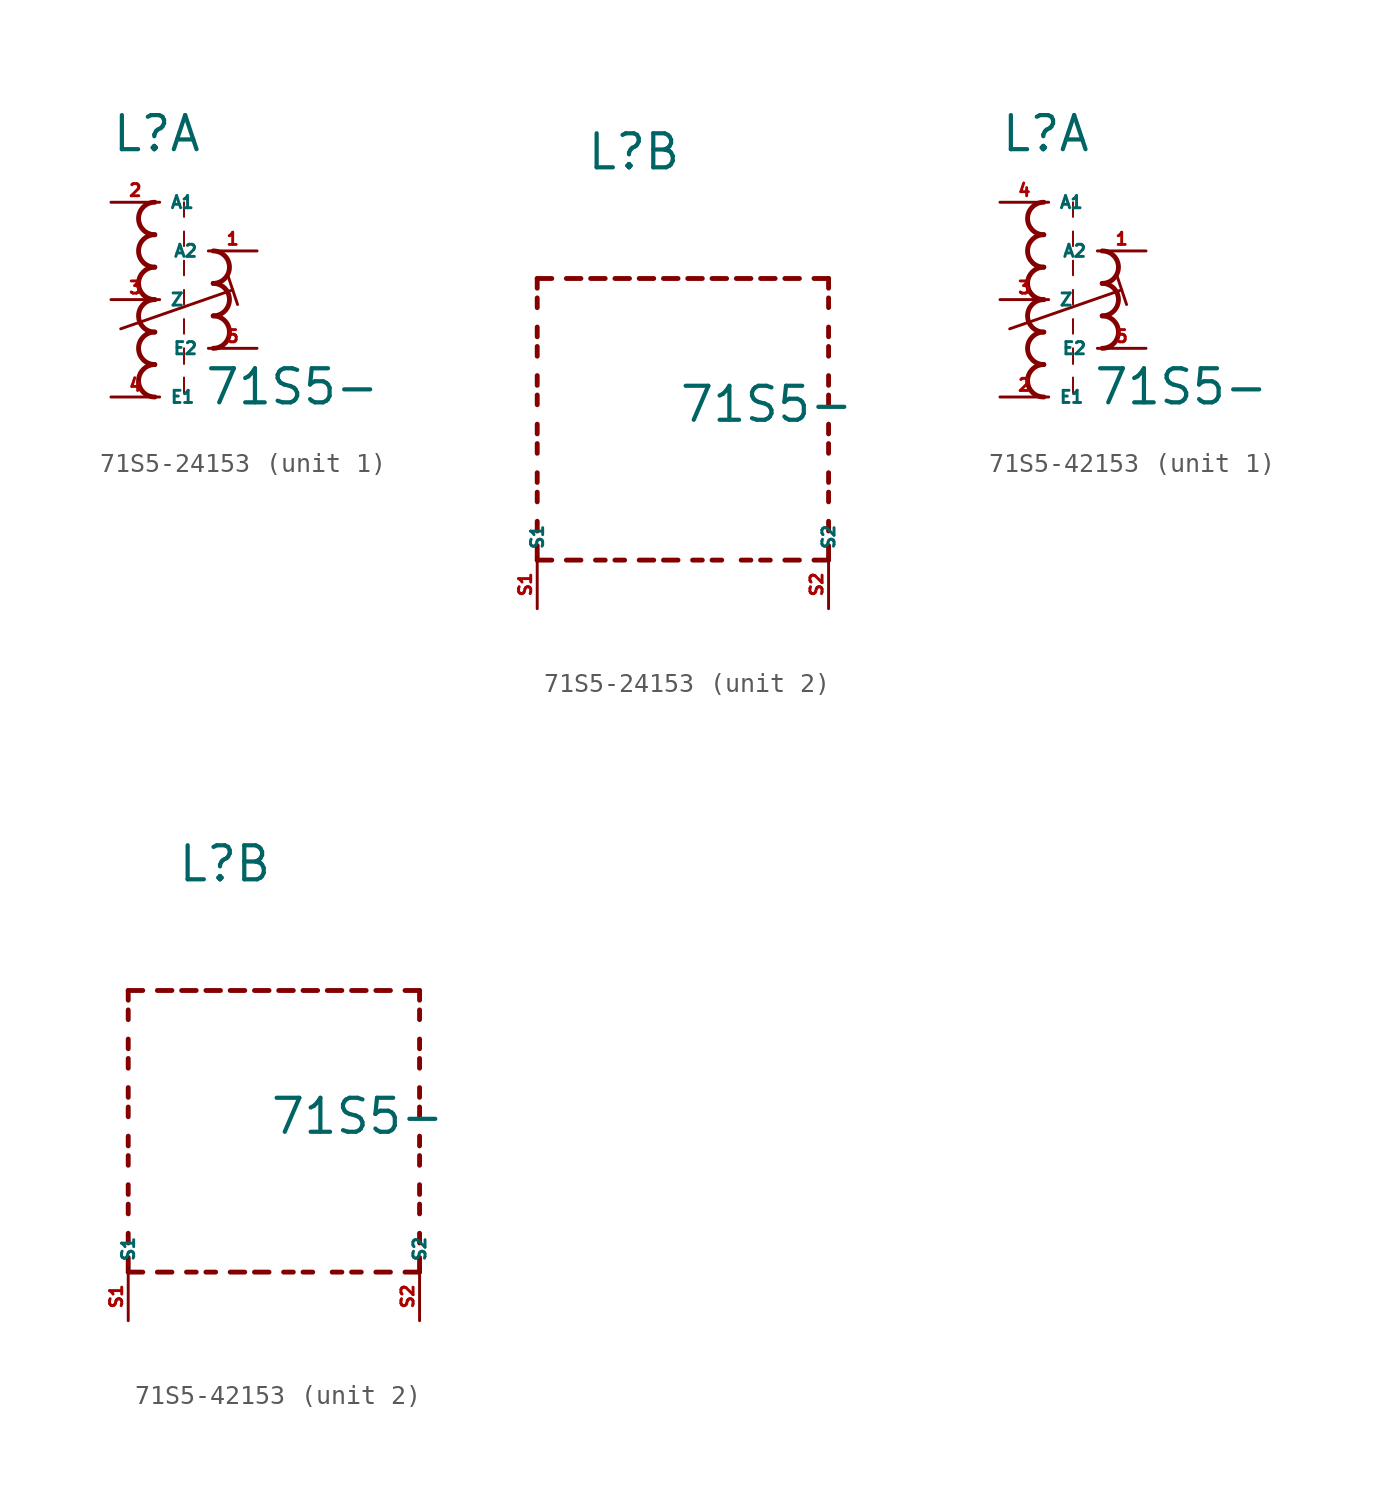
<source format=kicad_sym>
(kicad_symbol_lib
  (version 20220914)
  (generator kicad_symbol_editor)
  (symbol "71S5-24153"
    (property "Reference" "L"
      (at -2.54 7.62 0)
      (effects (font (size 1.778 1.778) (thickness 0.22)) (justify left bottom)))
    (property "Value" "71S5-"
      (at 2.286 -5.588 0)
      (effects (font (size 1.778 1.778) (thickness 0.22)) (justify left bottom)))
    (symbol "71S5-24153_1_0"
      (arc (start -0.254 -3.3866) (mid -1.1004 -4.2333) (end -0.254 -5.08) (stroke (width 0.254) (type default)) (fill (type none)))
      (arc (start -0.254 -1.6932) (mid -1.1004 -2.5399) (end -0.254 -3.3866) (stroke (width 0.254) (type default)) (fill (type none)))
      (arc (start -0.254 0) (mid -1.1004 -0.8467) (end -0.254 -1.6934) (stroke (width 0.254) (type default)) (fill (type none)))
      (arc (start -0.254 1.6934) (mid -1.1004 0.8467) (end -0.254 0) (stroke (width 0.254) (type default)) (fill (type none)))
      (arc (start -0.254 3.3866) (mid -1.1002 2.54) (end -0.254 1.6934) (stroke (width 0.254) (type default)) (fill (type none)))
      (arc (start -0.254 5.08) (mid -1.1004 4.2333) (end -0.254 3.3866) (stroke (width 0.254) (type default)) (fill (type none)))
      (polyline (pts (xy -2.032 -1.524) (xy 3.81 0.508)) (stroke (width 0.152) (type default)) (fill (type none)))
      (polyline (pts (xy 1.27 -4.064) (xy 1.27 -4.88)) (stroke (width 0.102) (type default)) (fill (type none)))
      (polyline (pts (xy 1.27 -2.54) (xy 1.27 -3.356)) (stroke (width 0.102) (type default)) (fill (type none)))
      (polyline (pts (xy 1.27 -1.016) (xy 1.27 -1.778)) (stroke (width 0.102) (type default)) (fill (type none)))
      (polyline (pts (xy 1.27 0.508) (xy 1.27 -0.254)) (stroke (width 0.102) (type default)) (fill (type none)))
      (polyline (pts (xy 1.27 2.032) (xy 1.27 1.27)) (stroke (width 0.102) (type default)) (fill (type none)))
      (polyline (pts (xy 1.27 3.556) (xy 1.27 2.794)) (stroke (width 0.102) (type default)) (fill (type none)))
      (polyline (pts (xy 1.27 5.08) (xy 1.27 4.318)) (stroke (width 0.102) (type default)) (fill (type none)))
      (polyline (pts (xy 3.556 1.27) (xy 4.064 -0.254)) (stroke (width 0.152) (type default)) (fill (type none)))
      (arc (start 2.794 -2.54) (mid 3.6404 -1.6933) (end 2.794 -0.8466) (stroke (width 0.254) (type default)) (fill (type none)))
      (arc (start 2.794 -0.8466) (mid 3.6402 0) (end 2.794 0.8466) (stroke (width 0.254) (type default)) (fill (type none)))
      (arc (start 2.794 0.8466) (mid 3.6404 1.6933) (end 2.794 2.54) (stroke (width 0.254) (type default)) (fill (type none)))
      (pin passive line (at 5.08 2.54 180) (length 2.54) (name "A2" (effects (font (size 0.635 0.635)))) (number "1" (effects (font (size 0.635 0.635)))))
      (pin passive line (at -2.54 5.08 0) (length 2.54) (name "A1" (effects (font (size 0.635 0.635)))) (number "2" (effects (font (size 0.635 0.635)))))
      (pin passive line (at -2.54 0 0) (length 2.54) (name "Z" (effects (font (size 0.635 0.635)))) (number "3" (effects (font (size 0.635 0.635)))))
      (pin passive line (at -2.54 -5.08 0) (length 2.54) (name "E1" (effects (font (size 0.635 0.635)))) (number "4" (effects (font (size 0.635 0.635)))))
      (pin passive line (at 5.08 -2.54 180) (length 2.54) (name "E2" (effects (font (size 0.635 0.635)))) (number "5" (effects (font (size 0.635 0.635))))))
    (symbol "71S5-24153_2_0"
      (polyline (pts (xy -5.08 -12.7) (xy -5.08 -11.938)) (stroke (width 0.254) (type default)) (fill (type none)))
      (polyline (pts (xy -5.08 -12.7) (xy -4.318 -12.7)) (stroke (width 0.254) (type default)) (fill (type none)))
      (polyline (pts (xy -5.08 -11.176) (xy -5.08 -10.668)) (stroke (width 0.254) (type default)) (fill (type none)))
      (polyline (pts (xy -5.08 -9.652) (xy -5.08 -9.144)) (stroke (width 0.254) (type default)) (fill (type none)))
      (polyline (pts (xy -5.08 -8.636) (xy -5.08 -8.128)) (stroke (width 0.254) (type default)) (fill (type none)))
      (polyline (pts (xy -5.08 -7.112) (xy -5.08 -6.604)) (stroke (width 0.254) (type default)) (fill (type none)))
      (polyline (pts (xy -5.08 -6.096) (xy -5.08 -5.588)) (stroke (width 0.254) (type default)) (fill (type none)))
      (polyline (pts (xy -5.08 -4.572) (xy -5.08 -4.064)) (stroke (width 0.254) (type default)) (fill (type none)))
      (polyline (pts (xy -5.08 -3.556) (xy -5.08 -3.048)) (stroke (width 0.254) (type default)) (fill (type none)))
      (polyline (pts (xy -5.08 -2.032) (xy -5.08 -1.524)) (stroke (width 0.254) (type default)) (fill (type none)))
      (polyline (pts (xy -5.08 -1.016) (xy -5.08 -0.508)) (stroke (width 0.254) (type default)) (fill (type none)))
      (polyline (pts (xy -5.08 0.508) (xy -5.08 1.016)) (stroke (width 0.254) (type default)) (fill (type none)))
      (polyline (pts (xy -5.08 1.524) (xy -5.08 2.032)) (stroke (width 0.254) (type default)) (fill (type none)))
      (polyline (pts (xy -5.08 2.032) (xy -4.318 2.032)) (stroke (width 0.254) (type default)) (fill (type none)))
      (polyline (pts (xy -3.556 -12.7) (xy -2.794 -12.7)) (stroke (width 0.254) (type default)) (fill (type none)))
      (polyline (pts (xy -3.556 2.032) (xy -2.794 2.032)) (stroke (width 0.254) (type default)) (fill (type none)))
      (polyline (pts (xy -1.524 -12.7) (xy -2.032 -12.7)) (stroke (width 0.254) (type default)) (fill (type none)))
      (polyline (pts (xy -1.524 2.032) (xy -2.286 2.032)) (stroke (width 0.254) (type default)) (fill (type none)))
      (polyline (pts (xy -1.016 2.032) (xy -0.254 2.032)) (stroke (width 0.254) (type default)) (fill (type none)))
      (polyline (pts (xy -0.508 -12.7) (xy -1.016 -12.7)) (stroke (width 0.254) (type default)) (fill (type none)))
      (polyline (pts (xy 1.016 -12.7) (xy 0.254 -12.7)) (stroke (width 0.254) (type default)) (fill (type none)))
      (polyline (pts (xy 1.016 2.032) (xy 0.254 2.032)) (stroke (width 0.254) (type default)) (fill (type none)))
      (polyline (pts (xy 1.524 -12.7) (xy 2.286 -12.7)) (stroke (width 0.254) (type default)) (fill (type none)))
      (polyline (pts (xy 1.524 2.032) (xy 2.286 2.032)) (stroke (width 0.254) (type default)) (fill (type none)))
      (polyline (pts (xy 3.556 -12.7) (xy 3.048 -12.7)) (stroke (width 0.254) (type default)) (fill (type none)))
      (polyline (pts (xy 3.556 2.032) (xy 2.794 2.032)) (stroke (width 0.254) (type default)) (fill (type none)))
      (polyline (pts (xy 4.064 2.032) (xy 4.826 2.032)) (stroke (width 0.254) (type default)) (fill (type none)))
      (polyline (pts (xy 4.572 -12.7) (xy 4.064 -12.7)) (stroke (width 0.254) (type default)) (fill (type none)))
      (polyline (pts (xy 6.096 -12.7) (xy 5.588 -12.7)) (stroke (width 0.254) (type default)) (fill (type none)))
      (polyline (pts (xy 6.096 2.032) (xy 5.334 2.032)) (stroke (width 0.254) (type default)) (fill (type none)))
      (polyline (pts (xy 6.604 2.032) (xy 7.366 2.032)) (stroke (width 0.254) (type default)) (fill (type none)))
      (polyline (pts (xy 7.112 -12.7) (xy 6.604 -12.7)) (stroke (width 0.254) (type default)) (fill (type none)))
      (polyline (pts (xy 8.636 -12.7) (xy 7.874 -12.7)) (stroke (width 0.254) (type default)) (fill (type none)))
      (polyline (pts (xy 8.636 2.032) (xy 7.874 2.032)) (stroke (width 0.254) (type default)) (fill (type none)))
      (polyline (pts (xy 10.16 -12.7) (xy 9.398 -12.7)) (stroke (width 0.254) (type default)) (fill (type none)))
      (polyline (pts (xy 10.16 -12.7) (xy 10.16 -11.938)) (stroke (width 0.254) (type default)) (fill (type none)))
      (polyline (pts (xy 10.16 -11.176) (xy 10.16 -10.668)) (stroke (width 0.254) (type default)) (fill (type none)))
      (polyline (pts (xy 10.16 -9.652) (xy 10.16 -9.144)) (stroke (width 0.254) (type default)) (fill (type none)))
      (polyline (pts (xy 10.16 -8.636) (xy 10.16 -8.128)) (stroke (width 0.254) (type default)) (fill (type none)))
      (polyline (pts (xy 10.16 -7.112) (xy 10.16 -6.604)) (stroke (width 0.254) (type default)) (fill (type none)))
      (polyline (pts (xy 10.16 -6.096) (xy 10.16 -5.588)) (stroke (width 0.254) (type default)) (fill (type none)))
      (polyline (pts (xy 10.16 -4.572) (xy 10.16 -4.064)) (stroke (width 0.254) (type default)) (fill (type none)))
      (polyline (pts (xy 10.16 -3.556) (xy 10.16 -3.048)) (stroke (width 0.254) (type default)) (fill (type none)))
      (polyline (pts (xy 10.16 -2.032) (xy 10.16 -1.524)) (stroke (width 0.254) (type default)) (fill (type none)))
      (polyline (pts (xy 10.16 -1.016) (xy 10.16 -0.508)) (stroke (width 0.254) (type default)) (fill (type none)))
      (polyline (pts (xy 10.16 0.508) (xy 10.16 1.016)) (stroke (width 0.254) (type default)) (fill (type none)))
      (polyline (pts (xy 10.16 1.524) (xy 10.16 2.032)) (stroke (width 0.254) (type default)) (fill (type none)))
      (polyline (pts (xy 10.16 2.032) (xy 9.398 2.032)) (stroke (width 0.254) (type default)) (fill (type none)))
      (pin passive line (at -5.08 -15.24 90) (length 2.54) (name "S1" (effects (font (size 0.635 0.635)))) (number "S1" (effects (font (size 0.635 0.635)))))
      (pin passive line (at 10.16 -15.24 90) (length 2.54) (name "S2" (effects (font (size 0.635 0.635)))) (number "S2" (effects (font (size 0.635 0.635)))))))
  (symbol "71S5-42153"
    (property "Reference" "L"
      (at -2.54 7.62 0)
      (effects (font (size 1.778 1.778) (thickness 0.22)) (justify left bottom)))
    (property "Value" "71S5-"
      (at 2.286 -5.588 0)
      (effects (font (size 1.778 1.778) (thickness 0.22)) (justify left bottom)))
    (symbol "71S5-42153_1_0"
      (arc (start -0.254 -3.3866) (mid -1.1004 -4.2333) (end -0.254 -5.08) (stroke (width 0.254) (type default)) (fill (type none)))
      (arc (start -0.254 -1.6932) (mid -1.1004 -2.5399) (end -0.254 -3.3866) (stroke (width 0.254) (type default)) (fill (type none)))
      (arc (start -0.254 0) (mid -1.1004 -0.8467) (end -0.254 -1.6934) (stroke (width 0.254) (type default)) (fill (type none)))
      (arc (start -0.254 1.6934) (mid -1.1004 0.8467) (end -0.254 0) (stroke (width 0.254) (type default)) (fill (type none)))
      (arc (start -0.254 3.3866) (mid -1.1002 2.54) (end -0.254 1.6934) (stroke (width 0.254) (type default)) (fill (type none)))
      (arc (start -0.254 5.08) (mid -1.1004 4.2333) (end -0.254 3.3866) (stroke (width 0.254) (type default)) (fill (type none)))
      (polyline (pts (xy -2.032 -1.524) (xy 3.81 0.508)) (stroke (width 0.152) (type default)) (fill (type none)))
      (polyline (pts (xy 1.27 -4.064) (xy 1.27 -4.88)) (stroke (width 0.102) (type default)) (fill (type none)))
      (polyline (pts (xy 1.27 -2.54) (xy 1.27 -3.356)) (stroke (width 0.102) (type default)) (fill (type none)))
      (polyline (pts (xy 1.27 -1.016) (xy 1.27 -1.778)) (stroke (width 0.102) (type default)) (fill (type none)))
      (polyline (pts (xy 1.27 0.508) (xy 1.27 -0.254)) (stroke (width 0.102) (type default)) (fill (type none)))
      (polyline (pts (xy 1.27 2.032) (xy 1.27 1.27)) (stroke (width 0.102) (type default)) (fill (type none)))
      (polyline (pts (xy 1.27 3.556) (xy 1.27 2.794)) (stroke (width 0.102) (type default)) (fill (type none)))
      (polyline (pts (xy 1.27 5.08) (xy 1.27 4.318)) (stroke (width 0.102) (type default)) (fill (type none)))
      (polyline (pts (xy 3.556 1.27) (xy 4.064 -0.254)) (stroke (width 0.152) (type default)) (fill (type none)))
      (arc (start 2.794 -2.54) (mid 3.6404 -1.6933) (end 2.794 -0.8466) (stroke (width 0.254) (type default)) (fill (type none)))
      (arc (start 2.794 -0.8466) (mid 3.6402 0) (end 2.794 0.8466) (stroke (width 0.254) (type default)) (fill (type none)))
      (arc (start 2.794 0.8466) (mid 3.6404 1.6933) (end 2.794 2.54) (stroke (width 0.254) (type default)) (fill (type none)))
      (pin passive line (at 5.08 2.54 180) (length 2.54) (name "A2" (effects (font (size 0.635 0.635)))) (number "1" (effects (font (size 0.635 0.635)))))
      (pin passive line (at -2.54 -5.08 0) (length 2.54) (name "E1" (effects (font (size 0.635 0.635)))) (number "2" (effects (font (size 0.635 0.635)))))
      (pin passive line (at -2.54 0 0) (length 2.54) (name "Z" (effects (font (size 0.635 0.635)))) (number "3" (effects (font (size 0.635 0.635)))))
      (pin passive line (at -2.54 5.08 0) (length 2.54) (name "A1" (effects (font (size 0.635 0.635)))) (number "4" (effects (font (size 0.635 0.635)))))
      (pin passive line (at 5.08 -2.54 180) (length 2.54) (name "E2" (effects (font (size 0.635 0.635)))) (number "5" (effects (font (size 0.635 0.635))))))
    (symbol "71S5-42153_2_0"
      (polyline (pts (xy -5.08 -12.7) (xy -5.08 -11.938)) (stroke (width 0.254) (type default)) (fill (type none)))
      (polyline (pts (xy -5.08 -12.7) (xy -4.318 -12.7)) (stroke (width 0.254) (type default)) (fill (type none)))
      (polyline (pts (xy -5.08 -11.176) (xy -5.08 -10.668)) (stroke (width 0.254) (type default)) (fill (type none)))
      (polyline (pts (xy -5.08 -9.652) (xy -5.08 -9.144)) (stroke (width 0.254) (type default)) (fill (type none)))
      (polyline (pts (xy -5.08 -8.636) (xy -5.08 -8.128)) (stroke (width 0.254) (type default)) (fill (type none)))
      (polyline (pts (xy -5.08 -7.112) (xy -5.08 -6.604)) (stroke (width 0.254) (type default)) (fill (type none)))
      (polyline (pts (xy -5.08 -6.096) (xy -5.08 -5.588)) (stroke (width 0.254) (type default)) (fill (type none)))
      (polyline (pts (xy -5.08 -4.572) (xy -5.08 -4.064)) (stroke (width 0.254) (type default)) (fill (type none)))
      (polyline (pts (xy -5.08 -3.556) (xy -5.08 -3.048)) (stroke (width 0.254) (type default)) (fill (type none)))
      (polyline (pts (xy -5.08 -2.032) (xy -5.08 -1.524)) (stroke (width 0.254) (type default)) (fill (type none)))
      (polyline (pts (xy -5.08 -1.016) (xy -5.08 -0.508)) (stroke (width 0.254) (type default)) (fill (type none)))
      (polyline (pts (xy -5.08 0.508) (xy -5.08 1.016)) (stroke (width 0.254) (type default)) (fill (type none)))
      (polyline (pts (xy -5.08 1.524) (xy -5.08 2.032)) (stroke (width 0.254) (type default)) (fill (type none)))
      (polyline (pts (xy -5.08 2.032) (xy -4.318 2.032)) (stroke (width 0.254) (type default)) (fill (type none)))
      (polyline (pts (xy -3.556 -12.7) (xy -2.794 -12.7)) (stroke (width 0.254) (type default)) (fill (type none)))
      (polyline (pts (xy -3.556 2.032) (xy -2.794 2.032)) (stroke (width 0.254) (type default)) (fill (type none)))
      (polyline (pts (xy -1.524 -12.7) (xy -2.032 -12.7)) (stroke (width 0.254) (type default)) (fill (type none)))
      (polyline (pts (xy -1.524 2.032) (xy -2.286 2.032)) (stroke (width 0.254) (type default)) (fill (type none)))
      (polyline (pts (xy -1.016 2.032) (xy -0.254 2.032)) (stroke (width 0.254) (type default)) (fill (type none)))
      (polyline (pts (xy -0.508 -12.7) (xy -1.016 -12.7)) (stroke (width 0.254) (type default)) (fill (type none)))
      (polyline (pts (xy 1.016 -12.7) (xy 0.254 -12.7)) (stroke (width 0.254) (type default)) (fill (type none)))
      (polyline (pts (xy 1.016 2.032) (xy 0.254 2.032)) (stroke (width 0.254) (type default)) (fill (type none)))
      (polyline (pts (xy 1.524 -12.7) (xy 2.286 -12.7)) (stroke (width 0.254) (type default)) (fill (type none)))
      (polyline (pts (xy 1.524 2.032) (xy 2.286 2.032)) (stroke (width 0.254) (type default)) (fill (type none)))
      (polyline (pts (xy 3.556 -12.7) (xy 3.048 -12.7)) (stroke (width 0.254) (type default)) (fill (type none)))
      (polyline (pts (xy 3.556 2.032) (xy 2.794 2.032)) (stroke (width 0.254) (type default)) (fill (type none)))
      (polyline (pts (xy 4.064 2.032) (xy 4.826 2.032)) (stroke (width 0.254) (type default)) (fill (type none)))
      (polyline (pts (xy 4.572 -12.7) (xy 4.064 -12.7)) (stroke (width 0.254) (type default)) (fill (type none)))
      (polyline (pts (xy 6.096 -12.7) (xy 5.588 -12.7)) (stroke (width 0.254) (type default)) (fill (type none)))
      (polyline (pts (xy 6.096 2.032) (xy 5.334 2.032)) (stroke (width 0.254) (type default)) (fill (type none)))
      (polyline (pts (xy 6.604 2.032) (xy 7.366 2.032)) (stroke (width 0.254) (type default)) (fill (type none)))
      (polyline (pts (xy 7.112 -12.7) (xy 6.604 -12.7)) (stroke (width 0.254) (type default)) (fill (type none)))
      (polyline (pts (xy 8.636 -12.7) (xy 7.874 -12.7)) (stroke (width 0.254) (type default)) (fill (type none)))
      (polyline (pts (xy 8.636 2.032) (xy 7.874 2.032)) (stroke (width 0.254) (type default)) (fill (type none)))
      (polyline (pts (xy 10.16 -12.7) (xy 9.398 -12.7)) (stroke (width 0.254) (type default)) (fill (type none)))
      (polyline (pts (xy 10.16 -12.7) (xy 10.16 -11.938)) (stroke (width 0.254) (type default)) (fill (type none)))
      (polyline (pts (xy 10.16 -11.176) (xy 10.16 -10.668)) (stroke (width 0.254) (type default)) (fill (type none)))
      (polyline (pts (xy 10.16 -9.652) (xy 10.16 -9.144)) (stroke (width 0.254) (type default)) (fill (type none)))
      (polyline (pts (xy 10.16 -8.636) (xy 10.16 -8.128)) (stroke (width 0.254) (type default)) (fill (type none)))
      (polyline (pts (xy 10.16 -7.112) (xy 10.16 -6.604)) (stroke (width 0.254) (type default)) (fill (type none)))
      (polyline (pts (xy 10.16 -6.096) (xy 10.16 -5.588)) (stroke (width 0.254) (type default)) (fill (type none)))
      (polyline (pts (xy 10.16 -4.572) (xy 10.16 -4.064)) (stroke (width 0.254) (type default)) (fill (type none)))
      (polyline (pts (xy 10.16 -3.556) (xy 10.16 -3.048)) (stroke (width 0.254) (type default)) (fill (type none)))
      (polyline (pts (xy 10.16 -2.032) (xy 10.16 -1.524)) (stroke (width 0.254) (type default)) (fill (type none)))
      (polyline (pts (xy 10.16 -1.016) (xy 10.16 -0.508)) (stroke (width 0.254) (type default)) (fill (type none)))
      (polyline (pts (xy 10.16 0.508) (xy 10.16 1.016)) (stroke (width 0.254) (type default)) (fill (type none)))
      (polyline (pts (xy 10.16 1.524) (xy 10.16 2.032)) (stroke (width 0.254) (type default)) (fill (type none)))
      (polyline (pts (xy 10.16 2.032) (xy 9.398 2.032)) (stroke (width 0.254) (type default)) (fill (type none)))
      (pin passive line (at -5.08 -15.24 90) (length 2.54) (name "S1" (effects (font (size 0.635 0.635)))) (number "S1" (effects (font (size 0.635 0.635)))))
      (pin passive line (at 10.16 -15.24 90) (length 2.54) (name "S2" (effects (font (size 0.635 0.635)))) (number "S2" (effects (font (size 0.635 0.635))))))))
</source>
